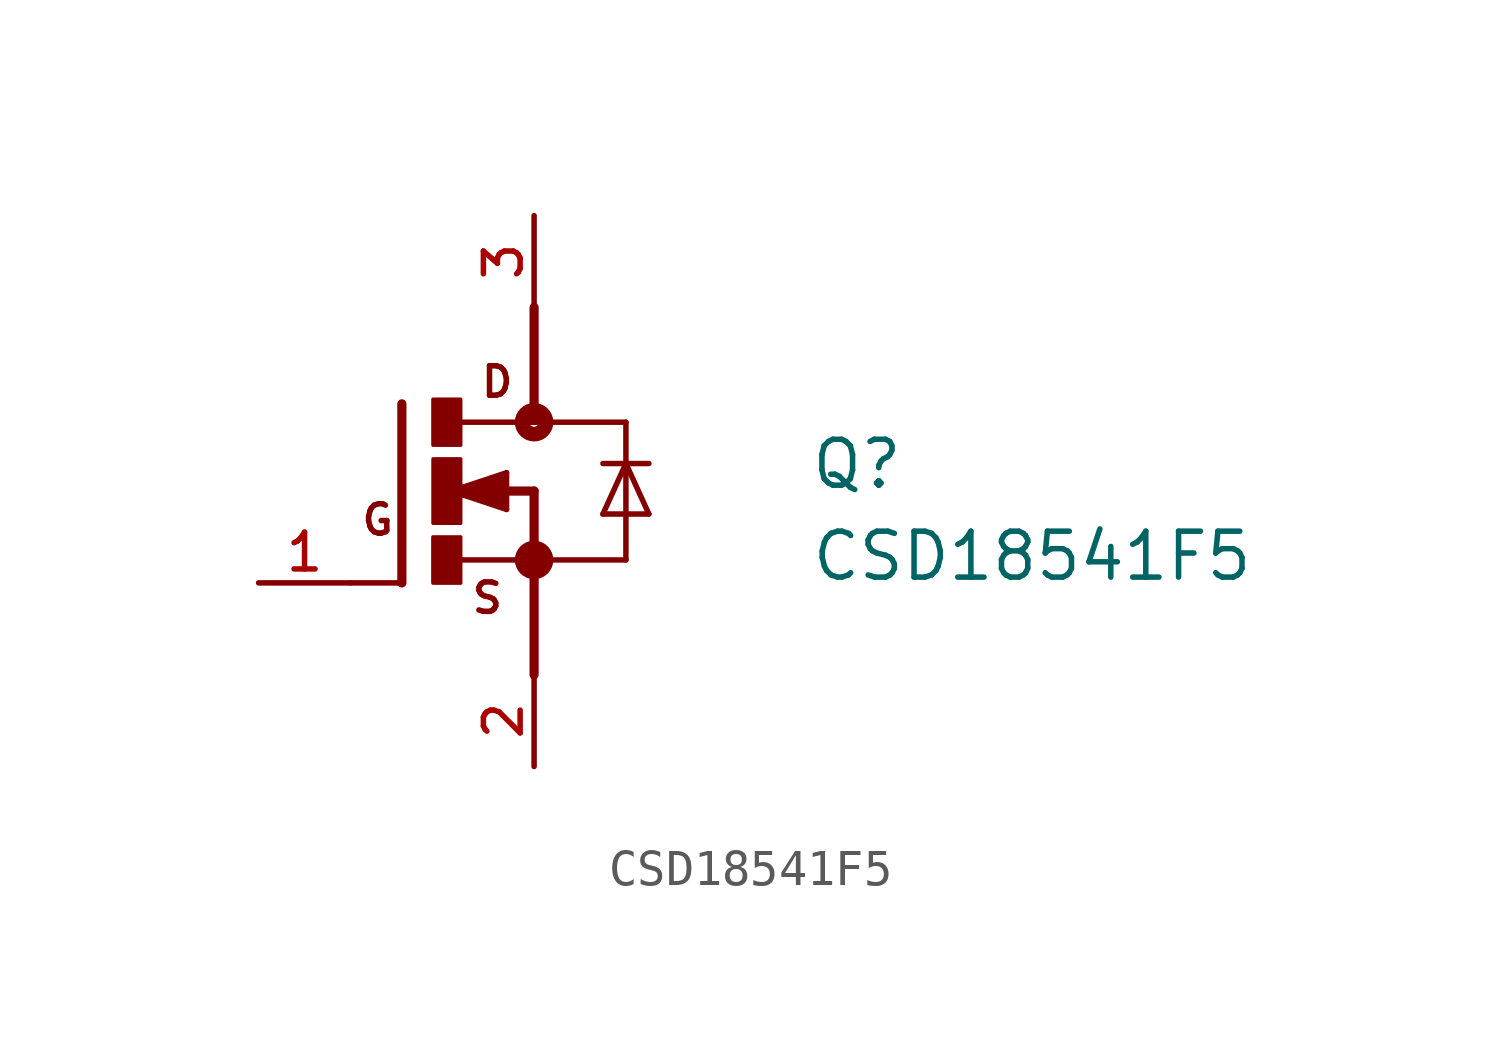
<source format=kicad_sym>
(kicad_symbol_lib
  (version 20211014)
  (generator kicad_symbol_editor)
  (symbol "CSD18541F5"
    (pin_names
      (offset 1.016))
    (property "Reference" "Q"
      (at 7.621 0.0 0)
      (effects (font (size 1.27 1.27)) (justify bottom left)))
    (property "Value" "CSD18541F5"
      (at 7.629 -2.543 0)
      (effects (font (size 1.27 1.27)) (justify bottom left)))
    (symbol "CSD18541F5_0_0"
      (polyline (pts (xy -3.658 2.413) (xy -3.658 -2.54)) (stroke (width 0.254)))
      (polyline (pts (xy -3.658 -2.54) (xy -5.08 -2.54)) (stroke (width 0.152)))
      (polyline (pts (xy 0.0 1.905) (xy -2.007 1.905)) (stroke (width 0.152)))
      (polyline (pts (xy -2.032 -1.905) (xy 0.0 -1.905)) (stroke (width 0.152)))
      (polyline (pts (xy 0.0 2.032) (xy 0.0 1.905)) (stroke (width 0.152)))
      (polyline (pts (xy 0.0 1.905) (xy 2.54 1.905)) (stroke (width 0.152)))
      (polyline (pts (xy 2.54 1.905) (xy 2.54 0.762)) (stroke (width 0.152)))
      (polyline (pts (xy 2.54 0.762) (xy 2.54 -1.905)) (stroke (width 0.152)))
      (polyline (pts (xy 2.54 -1.905) (xy 0.0 -1.905)) (stroke (width 0.152)))
      (polyline (pts (xy 0.0 -1.905) (xy 0.0 -2.032)) (stroke (width 0.152)))
      (polyline (pts (xy 2.54 0.762) (xy 1.905 -0.635)) (stroke (width 0.152)))
      (polyline (pts (xy 1.905 -0.635) (xy 3.175 -0.635)) (stroke (width 0.152)))
      (polyline (pts (xy 3.175 -0.635) (xy 2.54 0.762)) (stroke (width 0.152)))
      (polyline (pts (xy 1.905 0.762) (xy 2.54 0.762)) (stroke (width 0.152)))
      (polyline (pts (xy 2.54 0.762) (xy 3.175 0.762)) (stroke (width 0.152)))
      (polyline (pts (xy -2.286 0.0) (xy -0.762 -0.508)) (stroke (width 0.152)))
      (polyline (pts (xy -0.762 -0.508) (xy -0.762 0.0)) (stroke (width 0.152)))
      (polyline (pts (xy -0.762 0.0) (xy -0.762 0.508)) (stroke (width 0.152)))
      (polyline (pts (xy -0.762 0.508) (xy -2.286 0.0)) (stroke (width 0.152)))
      (polyline (pts (xy -0.889 0.254) (xy -2.286 0.0)) (stroke (width 0.152)))
      (polyline (pts (xy -1.143 0.254) (xy -2.032 0.0)) (stroke (width 0.305)))
      (polyline (pts (xy -2.032 0.0) (xy -0.889 -0.254)) (stroke (width 0.305)))
      (polyline (pts (xy -0.889 -0.254) (xy -0.889 0.254)) (stroke (width 0.305)))
      (polyline (pts (xy -0.889 0.254) (xy -1.905 0.0)) (stroke (width 0.305)))
      (circle (center 0.0 -1.905) (radius 0.127) (stroke (width 0.406)) (fill (type none)))
      (circle (center 0.0 1.905) (radius 0.127) (stroke (width 0.406)) (fill (type none)))
      (text "D" (at -1.527 2.545 0) (effects (font (size 0.814 0.814)) (justify bottom left)))
      (text "S" (at -1.781 -3.434 0) (effects (font (size 0.814 0.814)) (justify bottom left)))
      (text "G" (at -4.834 -1.272 0) (effects (font (size 0.814 0.814)) (justify bottom left)))
      (rectangle (start -2.798 -2.544) (end -2.032 -1.27) (stroke (width 0.1)) (fill (type outline)))
      (rectangle (start -2.796 1.271) (end -2.032 2.54) (stroke (width 0.1)) (fill (type outline)))
      (rectangle (start -2.794 -0.889) (end -2.032 0.889) (stroke (width 0.1)) (fill (type outline)))
      (polyline (pts (xy -0.762 0.0) (xy -1.905 0.0)) (stroke (width 0.254)))
      (polyline (pts (xy -1.905 0.0) (xy -2.032 0.0)) (stroke (width 0.254)))
      (polyline (pts (xy -2.032 0.0) (xy -2.286 0.0)) (stroke (width 0.254)))
      (polyline (pts (xy 0.0 5.08) (xy 0.0 2.032)) (stroke (width 0.254)))
      (polyline (pts (xy 0.0 -5.08) (xy 0.0 -2.032)) (stroke (width 0.254)))
      (polyline (pts (xy -0.762 0.0) (xy 0.0 0.0)) (stroke (width 0.254)))
      (polyline (pts (xy 0.0 0.0) (xy 0.0 -1.778)) (stroke (width 0.254)))
      (pin passive line (at 0.0 7.62 270.0) (length 2.54) (name "~" (effects (font (size 1.016 1.016)))) (number "3" (effects (font (size 1.016 1.016)))))
      (pin passive line (at 0.0 -7.62 90.0) (length 2.54) (name "~" (effects (font (size 1.016 1.016)))) (number "2" (effects (font (size 1.016 1.016)))))
      (pin passive line (at -7.62 -2.54 0) (length 2.54) (name "~" (effects (font (size 1.016 1.016)))) (number "1" (effects (font (size 1.016 1.016))))))))
</source>
